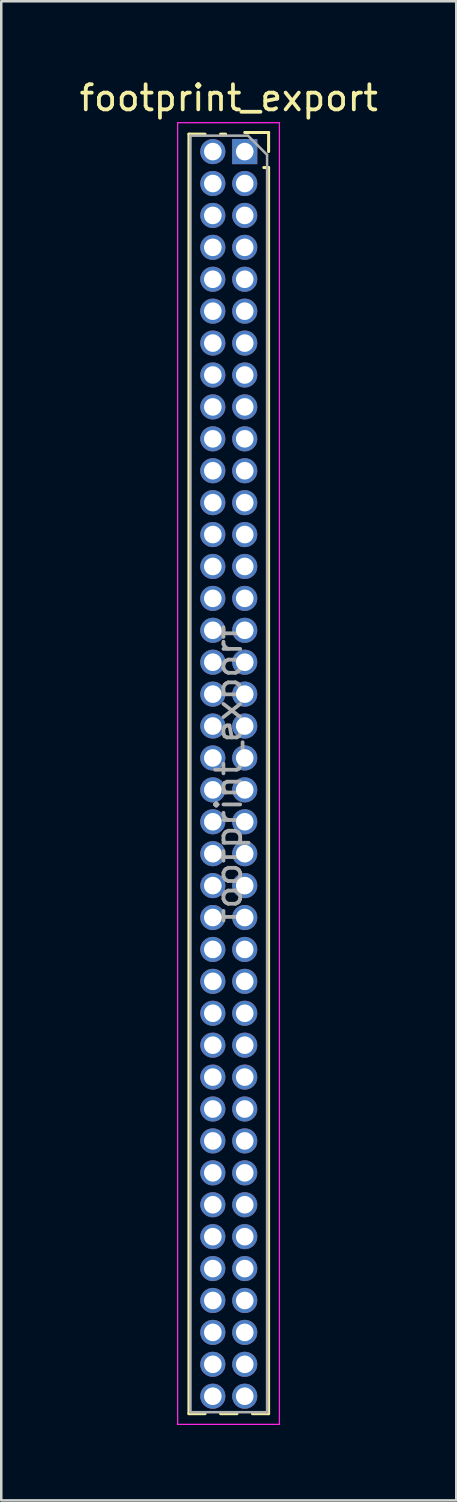
<source format=kicad_pcb>
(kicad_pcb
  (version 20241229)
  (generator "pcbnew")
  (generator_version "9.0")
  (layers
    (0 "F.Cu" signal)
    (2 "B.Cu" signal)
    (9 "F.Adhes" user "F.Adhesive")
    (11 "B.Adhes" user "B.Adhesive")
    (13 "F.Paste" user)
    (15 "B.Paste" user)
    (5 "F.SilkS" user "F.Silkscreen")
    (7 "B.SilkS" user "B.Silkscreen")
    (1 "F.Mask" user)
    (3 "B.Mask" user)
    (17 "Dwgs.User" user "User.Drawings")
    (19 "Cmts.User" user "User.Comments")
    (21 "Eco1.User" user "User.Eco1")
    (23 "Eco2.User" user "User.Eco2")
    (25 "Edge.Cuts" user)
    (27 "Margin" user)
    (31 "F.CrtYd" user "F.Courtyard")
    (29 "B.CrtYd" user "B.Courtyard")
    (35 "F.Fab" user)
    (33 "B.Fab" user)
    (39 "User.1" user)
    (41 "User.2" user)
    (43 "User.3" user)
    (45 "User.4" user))
  (footprint "footprint_export"
    (layer "F.Cu")
    (at 6.689 2.983)
    (property "Reference" "footprint_export" (at -0.635 -2.135 0) (layer "F.SilkS") (effects (font (size 1 1) (thickness 0.15))))
    (attr through_hole)
    (fp_line (start -2.22 -0.695) (end -2.22 50.225) (stroke (width 0.12) (type solid)) (layer "F.SilkS"))
    (fp_line (start -2.22 -0.695) (end -1.578 -0.695) (stroke (width 0.12) (type solid)) (layer "F.SilkS"))
    (fp_line (start -2.22 50.225) (end -1.578 50.225) (stroke (width 0.12) (type solid)) (layer "F.SilkS"))
    (fp_line (start -0.962 -0.695) (end -0.76 -0.695) (stroke (width 0.12) (type solid)) (layer "F.SilkS"))
    (fp_line (start -0.962 50.225) (end -0.308 50.225) (stroke (width 0.12) (type solid)) (layer "F.SilkS"))
    (fp_line (start 0 -0.76) (end 0.95 -0.76) (stroke (width 0.12) (type solid)) (layer "F.SilkS"))
    (fp_line (start 0.308 50.225) (end 0.95 50.225) (stroke (width 0.12) (type solid)) (layer "F.SilkS"))
    (fp_line (start 0.76 0.635) (end 0.95 0.635) (stroke (width 0.12) (type solid)) (layer "F.SilkS"))
    (fp_line (start 0.95 -0.76) (end 0.95 0) (stroke (width 0.12) (type solid)) (layer "F.SilkS"))
    (fp_line (start 0.95 0.635) (end 0.95 50.225) (stroke (width 0.12) (type solid)) (layer "F.SilkS"))
    (fp_line (start -2.67 -1.15) (end 1.38 -1.15) (stroke (width 0.05) (type solid)) (layer "F.CrtYd"))
    (fp_line (start -2.67 50.65) (end -2.67 -1.15) (stroke (width 0.05) (type solid)) (layer "F.CrtYd"))
    (fp_line (start 1.38 -1.15) (end 1.38 50.65) (stroke (width 0.05) (type solid)) (layer "F.CrtYd"))
    (fp_line (start 1.38 50.65) (end -2.67 50.65) (stroke (width 0.05) (type solid)) (layer "F.CrtYd"))
    (fp_line (start -2.16 -0.635) (end 0.128 -0.635) (stroke (width 0.1) (type solid)) (layer "F.Fab"))
    (fp_line (start -2.16 50.165) (end -2.16 -0.635) (stroke (width 0.1) (type solid)) (layer "F.Fab"))
    (fp_line (start 0.128 -0.635) (end 0.89 0.128) (stroke (width 0.1) (type solid)) (layer "F.Fab"))
    (fp_line (start 0.89 0.128) (end 0.89 50.165) (stroke (width 0.1) (type solid)) (layer "F.Fab"))
    (fp_line (start 0.89 50.165) (end -2.16 50.165) (stroke (width 0.1) (type solid)) (layer "F.Fab"))
    (fp_text user "${REFERENCE}" (at -0.635 24.765 90) (layer "F.Fab") (effects (font (size 1 1) (thickness 0.15))))
    (pad "1" thru_hole rect (at 0 0) (size 1 1) (drill 0.7) (layers "*.Cu" "*.Mask"))
    (pad "2" thru_hole oval (at -1.27 0) (size 1 1) (drill 0.7) (layers "*.Cu" "*.Mask"))
    (pad "3" thru_hole oval (at 0 1.27) (size 1 1) (drill 0.7) (layers "*.Cu" "*.Mask"))
    (pad "4" thru_hole oval (at -1.27 1.27) (size 1 1) (drill 0.7) (layers "*.Cu" "*.Mask"))
    (pad "5" thru_hole oval (at 0 2.54) (size 1 1) (drill 0.7) (layers "*.Cu" "*.Mask"))
    (pad "6" thru_hole oval (at -1.27 2.54) (size 1 1) (drill 0.7) (layers "*.Cu" "*.Mask"))
    (pad "7" thru_hole oval (at 0 3.81) (size 1 1) (drill 0.7) (layers "*.Cu" "*.Mask"))
    (pad "8" thru_hole oval (at -1.27 3.81) (size 1 1) (drill 0.7) (layers "*.Cu" "*.Mask"))
    (pad "9" thru_hole oval (at 0 5.08) (size 1 1) (drill 0.7) (layers "*.Cu" "*.Mask"))
    (pad "10" thru_hole oval (at -1.27 5.08) (size 1 1) (drill 0.7) (layers "*.Cu" "*.Mask"))
    (pad "11" thru_hole oval (at 0 6.35) (size 1 1) (drill 0.7) (layers "*.Cu" "*.Mask"))
    (pad "12" thru_hole oval (at -1.27 6.35) (size 1 1) (drill 0.7) (layers "*.Cu" "*.Mask"))
    (pad "13" thru_hole oval (at 0 7.62) (size 1 1) (drill 0.7) (layers "*.Cu" "*.Mask"))
    (pad "14" thru_hole oval (at -1.27 7.62) (size 1 1) (drill 0.7) (layers "*.Cu" "*.Mask"))
    (pad "15" thru_hole oval (at 0 8.89) (size 1 1) (drill 0.7) (layers "*.Cu" "*.Mask"))
    (pad "16" thru_hole oval (at -1.27 8.89) (size 1 1) (drill 0.7) (layers "*.Cu" "*.Mask"))
    (pad "17" thru_hole oval (at 0 10.16) (size 1 1) (drill 0.7) (layers "*.Cu" "*.Mask"))
    (pad "18" thru_hole oval (at -1.27 10.16) (size 1 1) (drill 0.7) (layers "*.Cu" "*.Mask"))
    (pad "19" thru_hole oval (at 0 11.43) (size 1 1) (drill 0.7) (layers "*.Cu" "*.Mask"))
    (pad "20" thru_hole oval (at -1.27 11.43) (size 1 1) (drill 0.7) (layers "*.Cu" "*.Mask"))
    (pad "21" thru_hole oval (at 0 12.7) (size 1 1) (drill 0.7) (layers "*.Cu" "*.Mask"))
    (pad "22" thru_hole oval (at -1.27 12.7) (size 1 1) (drill 0.7) (layers "*.Cu" "*.Mask"))
    (pad "23" thru_hole oval (at 0 13.97) (size 1 1) (drill 0.7) (layers "*.Cu" "*.Mask"))
    (pad "24" thru_hole oval (at -1.27 13.97) (size 1 1) (drill 0.7) (layers "*.Cu" "*.Mask"))
    (pad "25" thru_hole oval (at 0 15.24) (size 1 1) (drill 0.7) (layers "*.Cu" "*.Mask"))
    (pad "26" thru_hole oval (at -1.27 15.24) (size 1 1) (drill 0.7) (layers "*.Cu" "*.Mask"))
    (pad "27" thru_hole oval (at 0 16.51) (size 1 1) (drill 0.7) (layers "*.Cu" "*.Mask"))
    (pad "28" thru_hole oval (at -1.27 16.51) (size 1 1) (drill 0.7) (layers "*.Cu" "*.Mask"))
    (pad "29" thru_hole oval (at 0 17.78) (size 1 1) (drill 0.7) (layers "*.Cu" "*.Mask"))
    (pad "30" thru_hole oval (at -1.27 17.78) (size 1 1) (drill 0.7) (layers "*.Cu" "*.Mask"))
    (pad "31" thru_hole oval (at 0 19.05) (size 1 1) (drill 0.7) (layers "*.Cu" "*.Mask"))
    (pad "32" thru_hole oval (at -1.27 19.05) (size 1 1) (drill 0.7) (layers "*.Cu" "*.Mask"))
    (pad "33" thru_hole oval (at 0 20.32) (size 1 1) (drill 0.7) (layers "*.Cu" "*.Mask"))
    (pad "34" thru_hole oval (at -1.27 20.32) (size 1 1) (drill 0.7) (layers "*.Cu" "*.Mask"))
    (pad "35" thru_hole oval (at 0 21.59) (size 1 1) (drill 0.7) (layers "*.Cu" "*.Mask"))
    (pad "36" thru_hole oval (at -1.27 21.59) (size 1 1) (drill 0.7) (layers "*.Cu" "*.Mask"))
    (pad "37" thru_hole oval (at 0 22.86) (size 1 1) (drill 0.7) (layers "*.Cu" "*.Mask"))
    (pad "38" thru_hole oval (at -1.27 22.86) (size 1 1) (drill 0.7) (layers "*.Cu" "*.Mask"))
    (pad "39" thru_hole oval (at 0 24.13) (size 1 1) (drill 0.7) (layers "*.Cu" "*.Mask"))
    (pad "40" thru_hole oval (at -1.27 24.13) (size 1 1) (drill 0.7) (layers "*.Cu" "*.Mask"))
    (pad "41" thru_hole oval (at 0 25.4) (size 1 1) (drill 0.7) (layers "*.Cu" "*.Mask"))
    (pad "42" thru_hole oval (at -1.27 25.4) (size 1 1) (drill 0.7) (layers "*.Cu" "*.Mask"))
    (pad "43" thru_hole oval (at 0 26.67) (size 1 1) (drill 0.7) (layers "*.Cu" "*.Mask"))
    (pad "44" thru_hole oval (at -1.27 26.67) (size 1 1) (drill 0.7) (layers "*.Cu" "*.Mask"))
    (pad "45" thru_hole oval (at 0 27.94) (size 1 1) (drill 0.7) (layers "*.Cu" "*.Mask"))
    (pad "46" thru_hole oval (at -1.27 27.94) (size 1 1) (drill 0.7) (layers "*.Cu" "*.Mask"))
    (pad "47" thru_hole oval (at 0 29.21) (size 1 1) (drill 0.7) (layers "*.Cu" "*.Mask"))
    (pad "48" thru_hole oval (at -1.27 29.21) (size 1 1) (drill 0.7) (layers "*.Cu" "*.Mask"))
    (pad "49" thru_hole oval (at 0 30.48) (size 1 1) (drill 0.7) (layers "*.Cu" "*.Mask"))
    (pad "50" thru_hole oval (at -1.27 30.48) (size 1 1) (drill 0.7) (layers "*.Cu" "*.Mask"))
    (pad "51" thru_hole oval (at 0 31.75) (size 1 1) (drill 0.7) (layers "*.Cu" "*.Mask"))
    (pad "52" thru_hole oval (at -1.27 31.75) (size 1 1) (drill 0.7) (layers "*.Cu" "*.Mask"))
    (pad "53" thru_hole oval (at 0 33.02) (size 1 1) (drill 0.7) (layers "*.Cu" "*.Mask"))
    (pad "54" thru_hole oval (at -1.27 33.02) (size 1 1) (drill 0.7) (layers "*.Cu" "*.Mask"))
    (pad "55" thru_hole oval (at 0 34.29) (size 1 1) (drill 0.7) (layers "*.Cu" "*.Mask"))
    (pad "56" thru_hole oval (at -1.27 34.29) (size 1 1) (drill 0.7) (layers "*.Cu" "*.Mask"))
    (pad "57" thru_hole oval (at 0 35.56) (size 1 1) (drill 0.7) (layers "*.Cu" "*.Mask"))
    (pad "58" thru_hole oval (at -1.27 35.56) (size 1 1) (drill 0.7) (layers "*.Cu" "*.Mask"))
    (pad "59" thru_hole oval (at 0 36.83) (size 1 1) (drill 0.7) (layers "*.Cu" "*.Mask"))
    (pad "60" thru_hole oval (at -1.27 36.83) (size 1 1) (drill 0.7) (layers "*.Cu" "*.Mask"))
    (pad "61" thru_hole oval (at 0 38.1) (size 1 1) (drill 0.7) (layers "*.Cu" "*.Mask"))
    (pad "62" thru_hole oval (at -1.27 38.1) (size 1 1) (drill 0.7) (layers "*.Cu" "*.Mask"))
    (pad "63" thru_hole oval (at 0 39.37) (size 1 1) (drill 0.7) (layers "*.Cu" "*.Mask"))
    (pad "64" thru_hole oval (at -1.27 39.37) (size 1 1) (drill 0.7) (layers "*.Cu" "*.Mask"))
    (pad "65" thru_hole oval (at 0 40.64) (size 1 1) (drill 0.7) (layers "*.Cu" "*.Mask"))
    (pad "66" thru_hole oval (at -1.27 40.64) (size 1 1) (drill 0.7) (layers "*.Cu" "*.Mask"))
    (pad "67" thru_hole oval (at 0 41.91) (size 1 1) (drill 0.7) (layers "*.Cu" "*.Mask"))
    (pad "68" thru_hole oval (at -1.27 41.91) (size 1 1) (drill 0.7) (layers "*.Cu" "*.Mask"))
    (pad "69" thru_hole oval (at 0 43.18) (size 1 1) (drill 0.7) (layers "*.Cu" "*.Mask"))
    (pad "70" thru_hole oval (at -1.27 43.18) (size 1 1) (drill 0.7) (layers "*.Cu" "*.Mask"))
    (pad "71" thru_hole oval (at 0 44.45) (size 1 1) (drill 0.7) (layers "*.Cu" "*.Mask"))
    (pad "72" thru_hole oval (at -1.27 44.45) (size 1 1) (drill 0.7) (layers "*.Cu" "*.Mask"))
    (pad "73" thru_hole oval (at 0 45.72) (size 1 1) (drill 0.7) (layers "*.Cu" "*.Mask"))
    (pad "74" thru_hole oval (at -1.27 45.72) (size 1 1) (drill 0.7) (layers "*.Cu" "*.Mask"))
    (pad "75" thru_hole oval (at 0 46.99) (size 1 1) (drill 0.7) (layers "*.Cu" "*.Mask"))
    (pad "76" thru_hole oval (at -1.27 46.99) (size 1 1) (drill 0.7) (layers "*.Cu" "*.Mask"))
    (pad "77" thru_hole oval (at 0 48.26) (size 1 1) (drill 0.7) (layers "*.Cu" "*.Mask"))
    (pad "78" thru_hole oval (at -1.27 48.26) (size 1 1) (drill 0.7) (layers "*.Cu" "*.Mask"))
    (pad "79" thru_hole oval (at 0 49.53) (size 1 1) (drill 0.7) (layers "*.Cu" "*.Mask"))
    (pad "80" thru_hole oval (at -1.27 49.53) (size 1 1) (drill 0.7) (layers "*.Cu" "*.Mask")))
  (gr_rect
    (start -3 -3)
    (end 15.107 56.658)
    (stroke (width 0.1) (type default))
    (fill no)
    (layer "Edge.Cuts")))
</source>
